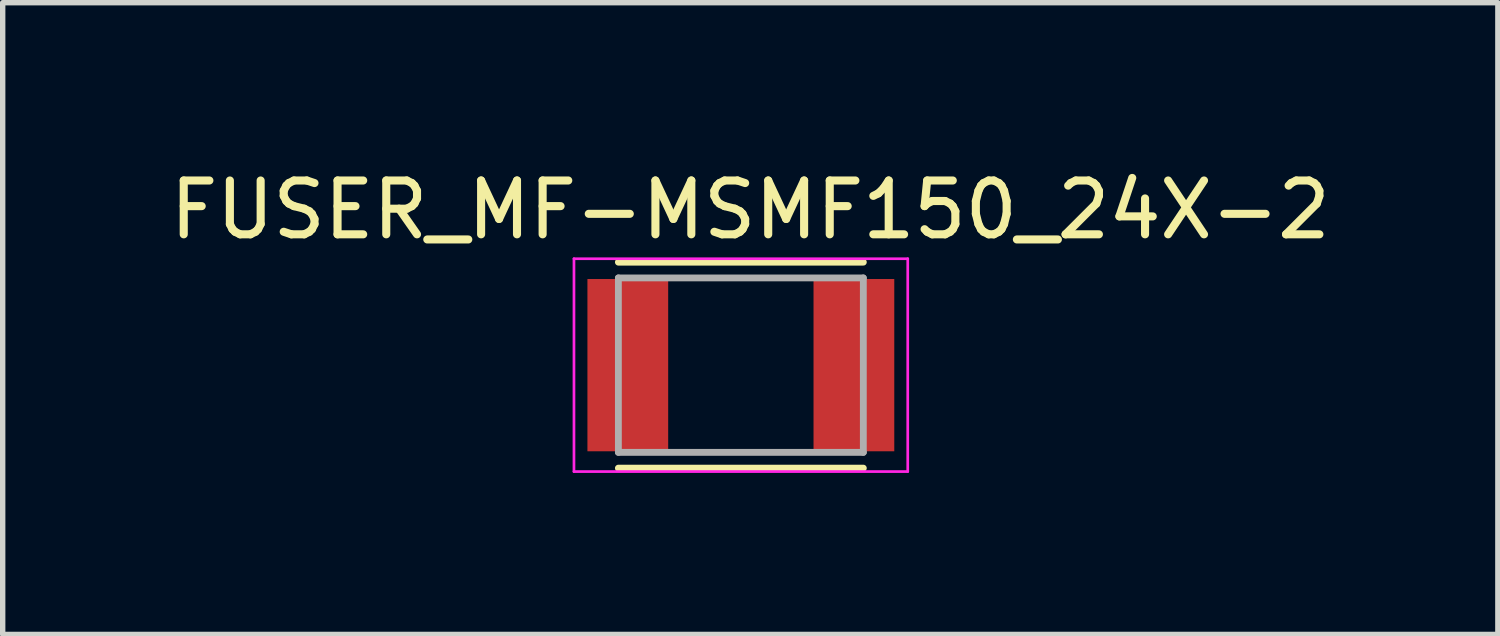
<source format=kicad_pcb>
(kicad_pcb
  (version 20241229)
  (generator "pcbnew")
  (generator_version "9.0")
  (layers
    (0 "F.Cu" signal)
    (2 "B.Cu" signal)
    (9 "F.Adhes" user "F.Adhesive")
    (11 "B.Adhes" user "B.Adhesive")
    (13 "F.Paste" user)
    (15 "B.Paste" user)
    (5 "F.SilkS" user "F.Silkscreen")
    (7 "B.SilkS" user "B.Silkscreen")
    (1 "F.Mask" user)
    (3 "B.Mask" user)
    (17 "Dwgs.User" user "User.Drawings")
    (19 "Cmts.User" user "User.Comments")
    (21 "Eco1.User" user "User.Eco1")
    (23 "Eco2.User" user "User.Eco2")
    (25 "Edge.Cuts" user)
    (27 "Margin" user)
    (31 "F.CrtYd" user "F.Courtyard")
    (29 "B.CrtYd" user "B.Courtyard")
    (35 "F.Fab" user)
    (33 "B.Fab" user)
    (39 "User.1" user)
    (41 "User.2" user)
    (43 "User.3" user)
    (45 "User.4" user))
  (footprint "FUSER_MF-MSMF150_24X-2"
    (layer "F.Cu")
    (at 10.712 3.733)
    (property "Reference" "FUSER_MF-MSMF150_24X-2" (at 0.175 -2.885 0) (layer "F.SilkS") (effects (font (size 1 1) (thickness 0.15))))
    (attr through_hole)
    (fp_line (start -2.275 1.913) (end 2.275 1.913) (stroke (width 0.127) (type solid)) (layer "F.SilkS"))
    (fp_line (start 2.275 -1.913) (end -2.275 -1.913) (stroke (width 0.127) (type solid)) (layer "F.SilkS"))
    (fp_line (start -3.1 -1.977) (end 3.1 -1.977) (stroke (width 0.05) (type solid)) (layer "F.CrtYd"))
    (fp_line (start -3.1 1.977) (end -3.1 -1.977) (stroke (width 0.05) (type solid)) (layer "F.CrtYd"))
    (fp_line (start 3.1 -1.977) (end 3.1 1.977) (stroke (width 0.05) (type solid)) (layer "F.CrtYd"))
    (fp_line (start 3.1 1.977) (end -3.1 1.977) (stroke (width 0.05) (type solid)) (layer "F.CrtYd"))
    (fp_line (start -2.275 -1.62) (end -2.275 1.62) (stroke (width 0.127) (type solid)) (layer "F.Fab"))
    (fp_line (start -2.275 1.62) (end 2.275 1.62) (stroke (width 0.127) (type solid)) (layer "F.Fab"))
    (fp_line (start 2.275 -1.62) (end -2.275 -1.62) (stroke (width 0.127) (type solid)) (layer "F.Fab"))
    (fp_line (start 2.275 1.62) (end 2.275 -1.62) (stroke (width 0.127) (type solid)) (layer "F.Fab"))
    (pad "1" smd rect (at -2.1 0) (size 1.5 3.2) (layers "F.Cu" "F.Mask" "F.Paste"))
    (pad "2" smd rect (at 2.1 0) (size 1.5 3.2) (layers "F.Cu" "F.Mask" "F.Paste")))
  (gr_rect
    (start -3 -3)
    (end 24.774 8.735)
    (stroke (width 0.1) (type default))
    (fill no)
    (layer "Edge.Cuts")))
</source>
